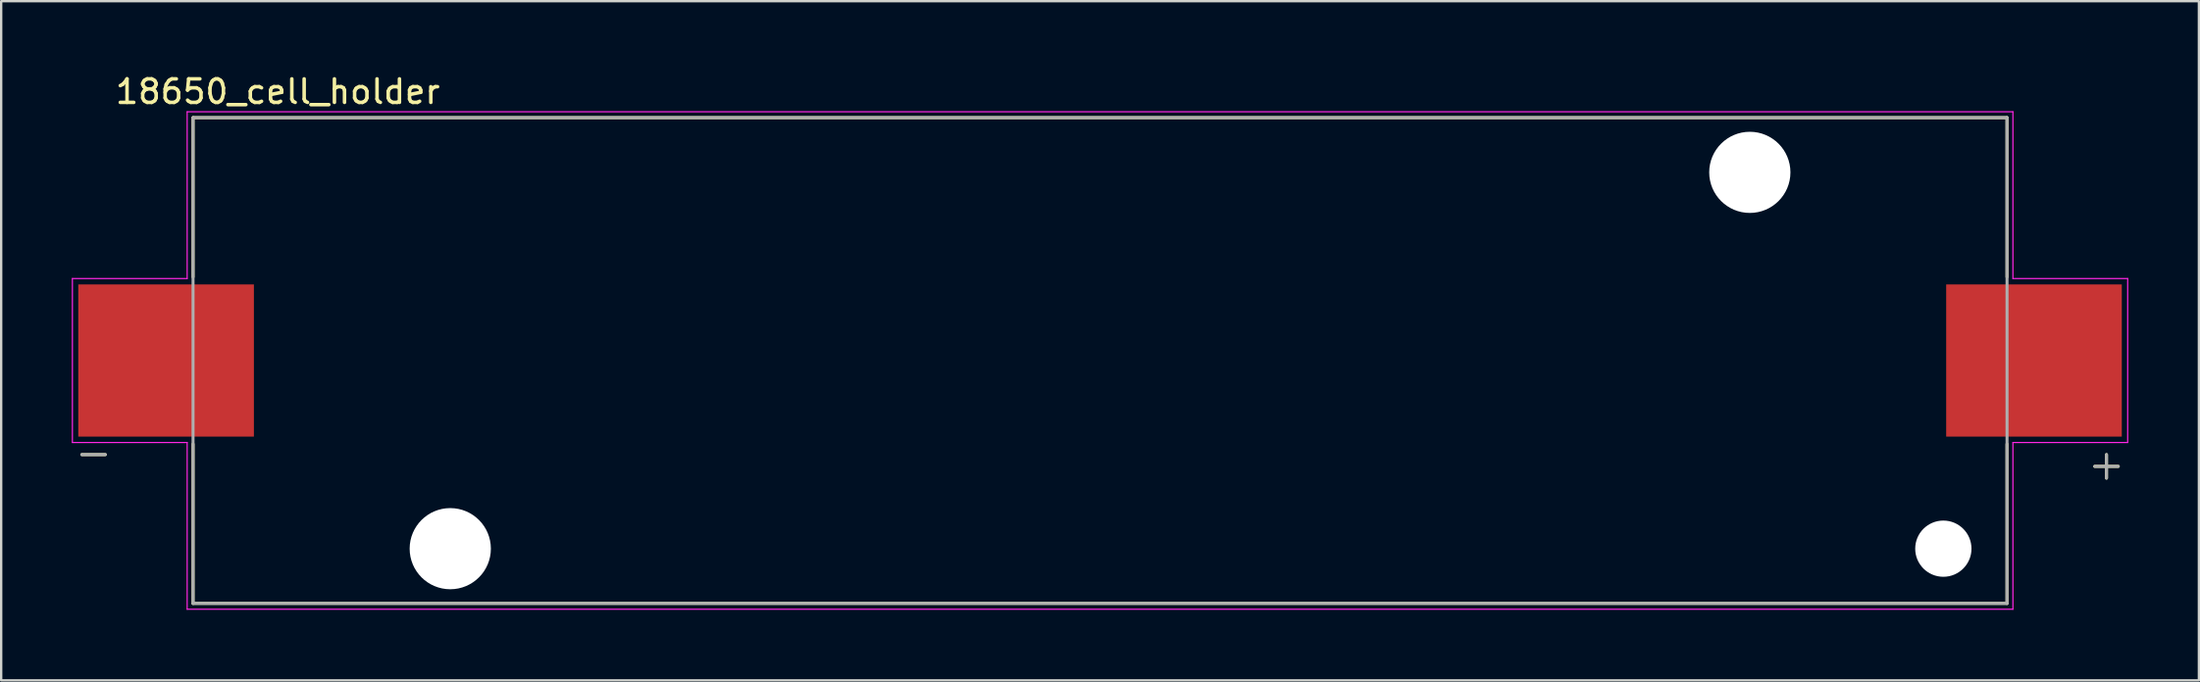
<source format=kicad_pcb>
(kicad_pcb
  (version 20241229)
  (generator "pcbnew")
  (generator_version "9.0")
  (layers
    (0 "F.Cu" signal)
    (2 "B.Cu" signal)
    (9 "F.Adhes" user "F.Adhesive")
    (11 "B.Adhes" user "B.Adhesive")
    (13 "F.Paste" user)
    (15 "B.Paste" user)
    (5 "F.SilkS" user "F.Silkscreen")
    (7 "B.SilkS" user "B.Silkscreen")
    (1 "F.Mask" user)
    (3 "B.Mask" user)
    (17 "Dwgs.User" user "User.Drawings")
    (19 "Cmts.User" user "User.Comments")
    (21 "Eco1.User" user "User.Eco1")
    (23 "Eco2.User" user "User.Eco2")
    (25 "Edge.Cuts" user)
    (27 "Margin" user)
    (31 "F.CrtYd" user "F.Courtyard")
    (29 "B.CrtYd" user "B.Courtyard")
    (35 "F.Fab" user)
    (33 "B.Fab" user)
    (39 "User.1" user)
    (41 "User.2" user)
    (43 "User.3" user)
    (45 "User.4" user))
  (footprint "18650_cell_holder"
    (layer "F.Cu")
    (at 43.675 12.278)
    (property "Reference" "18650_cell_holder" (at -34.925 -11.43 0) (layer "F.SilkS") (effects (font (size 1 1) (thickness 0.15))))
    (attr through_hole)
    (fp_line (start -43.25 4) (end -42.25 4) (stroke (width 0.127) (type solid)) (layer "F.SilkS"))
    (fp_line (start -38.525 -10.325) (end 38.525 -10.325) (stroke (width 0.127) (type solid)) (layer "F.SilkS"))
    (fp_line (start -38.525 -3.55) (end -38.525 -10.325) (stroke (width 0.127) (type solid)) (layer "F.SilkS"))
    (fp_line (start -38.525 10.325) (end -38.525 3.55) (stroke (width 0.127) (type solid)) (layer "F.SilkS"))
    (fp_line (start 38.525 -10.325) (end 38.525 -3.55) (stroke (width 0.127) (type solid)) (layer "F.SilkS"))
    (fp_line (start 38.525 3.55) (end 38.525 10.325) (stroke (width 0.127) (type solid)) (layer "F.SilkS"))
    (fp_line (start 38.525 10.325) (end -38.525 10.325) (stroke (width 0.127) (type solid)) (layer "F.SilkS"))
    (fp_line (start 42.25 4.5) (end 43.25 4.5) (stroke (width 0.127) (type solid)) (layer "F.SilkS"))
    (fp_line (start 42.75 4) (end 42.75 5) (stroke (width 0.127) (type solid)) (layer "F.SilkS"))
    (fp_line (start -43.65 -3.485) (end -38.775 -3.485) (stroke (width 0.05) (type solid)) (layer "F.CrtYd"))
    (fp_line (start -43.65 3.485) (end -43.65 -3.485) (stroke (width 0.05) (type solid)) (layer "F.CrtYd"))
    (fp_line (start -38.775 -10.575) (end 38.775 -10.575) (stroke (width 0.05) (type solid)) (layer "F.CrtYd"))
    (fp_line (start -38.775 -3.485) (end -38.775 -10.575) (stroke (width 0.05) (type solid)) (layer "F.CrtYd"))
    (fp_line (start -38.775 3.485) (end -43.65 3.485) (stroke (width 0.05) (type solid)) (layer "F.CrtYd"))
    (fp_line (start -38.775 10.575) (end -38.775 3.485) (stroke (width 0.05) (type solid)) (layer "F.CrtYd"))
    (fp_line (start 38.775 -10.575) (end 38.775 -3.485) (stroke (width 0.05) (type solid)) (layer "F.CrtYd"))
    (fp_line (start 38.775 -3.485) (end 43.65 -3.485) (stroke (width 0.05) (type solid)) (layer "F.CrtYd"))
    (fp_line (start 38.775 3.485) (end 38.775 10.575) (stroke (width 0.05) (type solid)) (layer "F.CrtYd"))
    (fp_line (start 38.775 10.575) (end -38.775 10.575) (stroke (width 0.05) (type solid)) (layer "F.CrtYd"))
    (fp_line (start 43.65 -3.485) (end 43.65 3.485) (stroke (width 0.05) (type solid)) (layer "F.CrtYd"))
    (fp_line (start 43.65 3.485) (end 38.775 3.485) (stroke (width 0.05) (type solid)) (layer "F.CrtYd"))
    (fp_line (start -43.25 4) (end -42.25 4) (stroke (width 0.127) (type solid)) (layer "F.Fab"))
    (fp_line (start -38.525 -10.325) (end 38.525 -10.325) (stroke (width 0.127) (type solid)) (layer "F.Fab"))
    (fp_line (start -38.525 10.325) (end -38.525 -10.325) (stroke (width 0.127) (type solid)) (layer "F.Fab"))
    (fp_line (start 38.525 -10.325) (end 38.525 10.325) (stroke (width 0.127) (type solid)) (layer "F.Fab"))
    (fp_line (start 38.525 10.325) (end -38.525 10.325) (stroke (width 0.127) (type solid)) (layer "F.Fab"))
    (fp_line (start 42.25 4.5) (end 43.25 4.5) (stroke (width 0.127) (type solid)) (layer "F.Fab"))
    (fp_line (start 42.75 4) (end 42.75 5) (stroke (width 0.127) (type solid)) (layer "F.Fab"))
    (pad "" np_thru_hole circle (at -27.6 8) (size 3.45 3.45) (drill 3.45) (layers "*.Cu" "*.Mask"))
    (pad "" np_thru_hole circle (at 27.6 -8) (size 3.45 3.45) (drill 3.45) (layers "*.Cu" "*.Mask"))
    (pad "" np_thru_hole circle (at 35.82 8) (size 2.39 2.39) (drill 2.39) (layers "*.Cu" "*.Mask"))
    (pad "N" smd rect (at -39.67 0) (size 7.46 6.47) (layers "F.Cu" "F.Mask" "F.Paste"))
    (pad "P" smd rect (at 39.67 0) (size 7.46 6.47) (layers "F.Cu" "F.Mask" "F.Paste")))
  (gr_rect
    (start -3 -3)
    (end 90.35 25.878)
    (stroke (width 0.1) (type default))
    (fill no)
    (layer "Edge.Cuts")))
</source>
